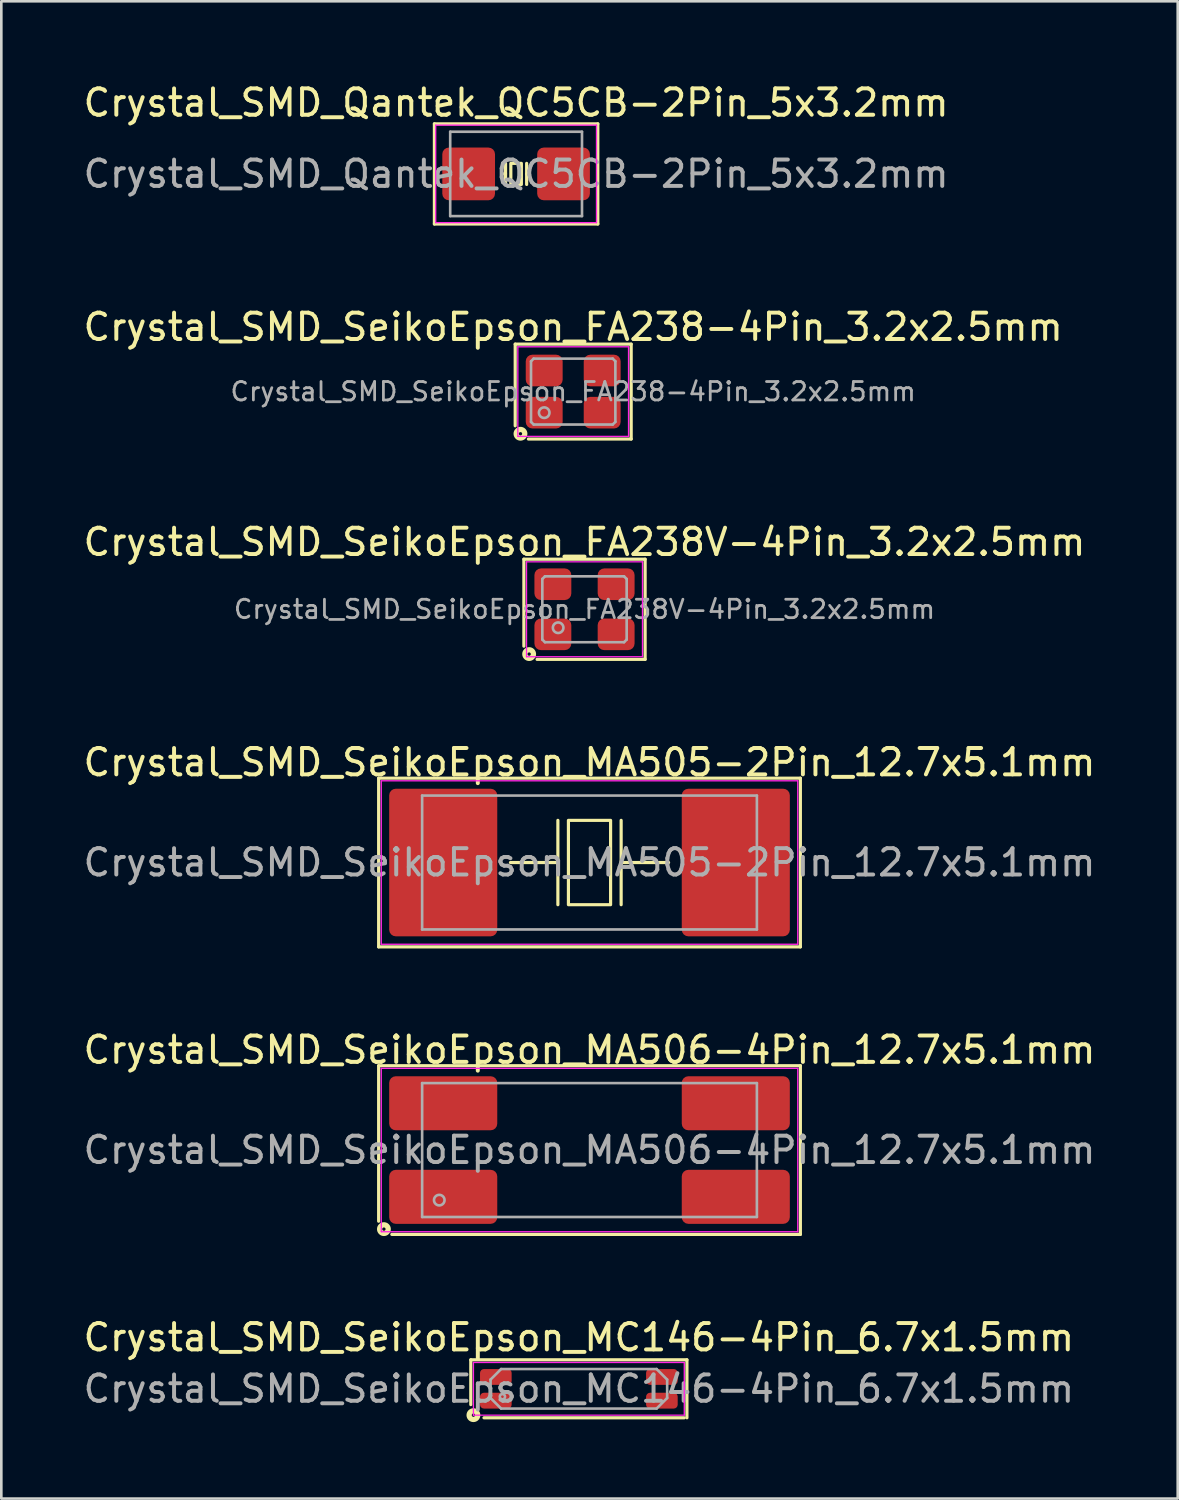
<source format=kicad_pcb>
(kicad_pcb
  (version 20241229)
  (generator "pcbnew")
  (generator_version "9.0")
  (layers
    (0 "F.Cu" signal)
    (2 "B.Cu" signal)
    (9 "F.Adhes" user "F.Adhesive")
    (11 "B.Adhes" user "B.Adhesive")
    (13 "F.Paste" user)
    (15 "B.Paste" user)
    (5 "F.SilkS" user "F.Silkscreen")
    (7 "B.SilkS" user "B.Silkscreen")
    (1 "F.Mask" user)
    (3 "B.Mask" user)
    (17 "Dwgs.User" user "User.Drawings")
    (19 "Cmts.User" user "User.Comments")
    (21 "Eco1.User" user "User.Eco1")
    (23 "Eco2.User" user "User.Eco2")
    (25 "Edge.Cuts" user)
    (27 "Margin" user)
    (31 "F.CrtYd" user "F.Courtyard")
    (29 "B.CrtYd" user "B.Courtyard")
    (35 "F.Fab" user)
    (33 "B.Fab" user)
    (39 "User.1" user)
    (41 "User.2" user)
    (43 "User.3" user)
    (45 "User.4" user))
  (footprint "Crystal_SMD_SeikoEpson_FA238V-4Pin_3.2x2.5mm"
    (layer "F.Cu")
    (at 19.125 20.065)
    (property "Reference" "Crystal_SMD_SeikoEpson_FA238V-4Pin_3.2x2.5mm" (at 0 -2.55 0) (layer "F.SilkS") (effects (font (size 1 1) (thickness 0.15))))
    (attr smd)
    (fp_line (start -2.3 -1.9) (end 2.3 -1.9) (stroke (width 0.12) (type solid)) (layer "F.SilkS"))
    (fp_line (start -2.3 1.4) (end -2.3 -1.9) (stroke (width 0.12) (type solid)) (layer "F.SilkS"))
    (fp_line (start 2.3 -1.9) (end 2.3 1.9) (stroke (width 0.12) (type solid)) (layer "F.SilkS"))
    (fp_line (start 2.3 1.9) (end -1.8 1.9) (stroke (width 0.12) (type solid)) (layer "F.SilkS"))
    (fp_circle (center -2.1 1.7) (end -2.037 1.7) (stroke (width 0.2) (type solid)) (fill no) (layer "F.SilkS"))
    (fp_line (start -2.2 -1.8) (end -2.2 1.8) (stroke (width 0.05) (type solid)) (layer "F.CrtYd"))
    (fp_line (start -2.2 1.8) (end 2.2 1.8) (stroke (width 0.05) (type solid)) (layer "F.CrtYd"))
    (fp_line (start 2.2 -1.8) (end -2.2 -1.8) (stroke (width 0.05) (type solid)) (layer "F.CrtYd"))
    (fp_line (start 2.2 1.8) (end 2.2 -1.8) (stroke (width 0.05) (type solid)) (layer "F.CrtYd"))
    (fp_line (start -1.6 -1.15) (end -1.5 -1.25) (stroke (width 0.1) (type solid)) (layer "F.Fab"))
    (fp_line (start -1.6 1.15) (end -1.6 -1.15) (stroke (width 0.1) (type solid)) (layer "F.Fab"))
    (fp_line (start -1.5 -1.25) (end 1.5 -1.25) (stroke (width 0.1) (type solid)) (layer "F.Fab"))
    (fp_line (start -1.5 1.25) (end -1.6 1.15) (stroke (width 0.1) (type solid)) (layer "F.Fab"))
    (fp_line (start 1.5 -1.25) (end 1.6 -1.15) (stroke (width 0.1) (type solid)) (layer "F.Fab"))
    (fp_line (start 1.5 1.25) (end -1.5 1.25) (stroke (width 0.1) (type solid)) (layer "F.Fab"))
    (fp_line (start 1.6 -1.15) (end 1.6 1.15) (stroke (width 0.1) (type solid)) (layer "F.Fab"))
    (fp_line (start 1.6 1.15) (end 1.5 1.25) (stroke (width 0.1) (type solid)) (layer "F.Fab"))
    (fp_circle (center -1 0.7) (end -0.8 0.7) (stroke (width 0.1) (type solid)) (fill no) (layer "F.Fab"))
    (fp_text user "${REFERENCE}" (at 0 0 0) (layer "F.Fab") (effects (font (size 0.7 0.7) (thickness 0.105))))
    (pad "1" smd roundrect (at -1.2 0.95) (size 1.4 1.2) (layers "F.Cu" "F.Mask" "F.Paste") (roundrect_rratio 0.208))
    (pad "2" smd roundrect (at 1.2 0.95) (size 1.4 1.2) (layers "F.Cu" "F.Mask" "F.Paste") (roundrect_rratio 0.208))
    (pad "3" smd roundrect (at 1.2 -0.95) (size 1.4 1.2) (layers "F.Cu" "F.Mask" "F.Paste") (roundrect_rratio 0.208))
    (pad "4" smd roundrect (at -1.2 -0.95) (size 1.4 1.2) (layers "F.Cu" "F.Mask" "F.Paste") (roundrect_rratio 0.208)))
  (footprint "Crystal_SMD_Qantek_QC5CB-2Pin_5x3.2mm"
    (layer "F.Cu")
    (at 16.53 3.548)
    (property "Reference" "Crystal_SMD_Qantek_QC5CB-2Pin_5x3.2mm" (at 0 -2.7 0) (layer "F.SilkS") (effects (font (size 1 1) (thickness 0.15))))
    (attr smd)
    (fp_line (start -3.1 -1.9) (end -3.1 1.9) (stroke (width 0.12) (type solid)) (layer "F.SilkS"))
    (fp_line (start -3.1 1.9) (end 3.1 1.9) (stroke (width 0.12) (type solid)) (layer "F.SilkS"))
    (fp_line (start -0.4 -0.4) (end -0.4 0.4) (stroke (width 0.12) (type solid)) (layer "F.SilkS"))
    (fp_line (start -0.4 0) (end -0.5 0) (stroke (width 0.12) (type solid)) (layer "F.SilkS"))
    (fp_line (start 0.4 -0.4) (end 0.4 0.4) (stroke (width 0.12) (type solid)) (layer "F.SilkS"))
    (fp_line (start 0.4 0) (end 0.5 0) (stroke (width 0.12) (type solid)) (layer "F.SilkS"))
    (fp_line (start 3.1 -1.9) (end -3.1 -1.9) (stroke (width 0.12) (type solid)) (layer "F.SilkS"))
    (fp_line (start 3.1 1.9) (end 3.1 -1.9) (stroke (width 0.12) (type solid)) (layer "F.SilkS"))
    (fp_rect (start -0.2 -0.4) (end 0.2 0.4) (stroke (width 0.12) (type solid)) (fill no) (layer "F.SilkS"))
    (fp_line (start -3.05 -1.85) (end -3.05 1.85) (stroke (width 0.05) (type solid)) (layer "F.CrtYd"))
    (fp_line (start -3.05 -1.85) (end 3.05 -1.85) (stroke (width 0.05) (type solid)) (layer "F.CrtYd"))
    (fp_line (start -3.05 1.85) (end 3.05 1.85) (stroke (width 0.05) (type solid)) (layer "F.CrtYd"))
    (fp_line (start 3.05 -1.85) (end 3.05 1.85) (stroke (width 0.05) (type solid)) (layer "F.CrtYd"))
    (fp_line (start -2.5 -1.6) (end -2.5 1.6) (stroke (width 0.1) (type solid)) (layer "F.Fab"))
    (fp_line (start -2.5 -1.6) (end 2.5 -1.6) (stroke (width 0.1) (type solid)) (layer "F.Fab"))
    (fp_line (start -2.5 1.6) (end 2.5 1.6) (stroke (width 0.1) (type solid)) (layer "F.Fab"))
    (fp_line (start 2.5 -1.6) (end 2.5 1.6) (stroke (width 0.1) (type solid)) (layer "F.Fab"))
    (fp_text user "${REFERENCE}" (at 0 0 0) (layer "F.Fab") (effects (font (size 1 1) (thickness 0.15))))
    (pad "1" smd roundrect (at -1.8 0) (size 2 2) (layers "F.Cu" "F.Mask" "F.Paste") (roundrect_rratio 0.125))
    (pad "2" smd roundrect (at 1.8 0) (size 2 2) (layers "F.Cu" "F.Mask" "F.Paste") (roundrect_rratio 0.125)))
  (footprint "Crystal_SMD_SeikoEpson_MA505-2Pin_12.7x5.1mm"
    (layer "F.Cu")
    (at 19.315 29.673)
    (property "Reference" "Crystal_SMD_SeikoEpson_MA505-2Pin_12.7x5.1mm" (at 0 -3.8 0) (layer "F.SilkS") (effects (font (size 1 1) (thickness 0.15))))
    (attr smd)
    (fp_line (start -8 -3.2) (end -8 3.2) (stroke (width 0.12) (type solid)) (layer "F.SilkS"))
    (fp_line (start -8 3.2) (end 8 3.2) (stroke (width 0.12) (type solid)) (layer "F.SilkS"))
    (fp_line (start -1.2 -1.6) (end -1.2 1.6) (stroke (width 0.12) (type solid)) (layer "F.SilkS"))
    (fp_line (start -1.2 0) (end -3 0) (stroke (width 0.12) (type solid)) (layer "F.SilkS"))
    (fp_line (start 1.2 -1.6) (end 1.2 1.6) (stroke (width 0.12) (type solid)) (layer "F.SilkS"))
    (fp_line (start 1.2 0) (end 3 0) (stroke (width 0.12) (type solid)) (layer "F.SilkS"))
    (fp_line (start 8 -3.2) (end -8 -3.2) (stroke (width 0.12) (type solid)) (layer "F.SilkS"))
    (fp_line (start 8 3.2) (end 8 -3.2) (stroke (width 0.12) (type solid)) (layer "F.SilkS"))
    (fp_rect (start -0.8 -1.6) (end 0.8 1.6) (stroke (width 0.12) (type solid)) (fill no) (layer "F.SilkS"))
    (fp_line (start -7.9 -3.1) (end -7.9 3.1) (stroke (width 0.05) (type solid)) (layer "F.CrtYd"))
    (fp_line (start -7.9 3.1) (end 7.9 3.1) (stroke (width 0.05) (type solid)) (layer "F.CrtYd"))
    (fp_line (start 7.9 -3.1) (end -7.9 -3.1) (stroke (width 0.05) (type solid)) (layer "F.CrtYd"))
    (fp_line (start 7.9 3.1) (end 7.9 -3.1) (stroke (width 0.05) (type solid)) (layer "F.CrtYd"))
    (fp_line (start -6.35 -2.54) (end -6.35 2.54) (stroke (width 0.1) (type solid)) (layer "F.Fab"))
    (fp_line (start -6.35 2.54) (end 6.35 2.54) (stroke (width 0.1) (type solid)) (layer "F.Fab"))
    (fp_line (start 6.35 -2.54) (end -6.35 -2.54) (stroke (width 0.1) (type solid)) (layer "F.Fab"))
    (fp_line (start 6.35 2.54) (end 6.35 -2.54) (stroke (width 0.1) (type solid)) (layer "F.Fab"))
    (fp_text user "${REFERENCE}" (at 0 0 0) (layer "F.Fab") (effects (font (size 1 1) (thickness 0.15))))
    (pad "1" smd roundrect (at -5.55 0) (size 4.1 5.6) (layers "F.Cu" "F.Mask" "F.Paste") (roundrect_rratio 0.061))
    (pad "2" smd roundrect (at 5.55 0) (size 4.1 5.6) (layers "F.Cu" "F.Mask" "F.Paste") (roundrect_rratio 0.061)))
  (footprint "Crystal_SMD_SeikoEpson_MC146-4Pin_6.7x1.5mm"
    (layer "F.Cu")
    (at 18.911 49.639)
    (property "Reference" "Crystal_SMD_SeikoEpson_MC146-4Pin_6.7x1.5mm" (at 0 -1.95 0) (layer "F.SilkS") (effects (font (size 1 1) (thickness 0.15))))
    (attr smd)
    (fp_line (start -4.1 -1.1) (end -4.1 0.6) (stroke (width 0.12) (type solid)) (layer "F.SilkS"))
    (fp_line (start -4.1 -1.1) (end 4.1 -1.1) (stroke (width 0.12) (type solid)) (layer "F.SilkS"))
    (fp_line (start 4 1.1) (end -3.6 1.1) (stroke (width 0.12) (type solid)) (layer "F.SilkS"))
    (fp_line (start 4.1 -1.1) (end 4.1 1.1) (stroke (width 0.12) (type solid)) (layer "F.SilkS"))
    (fp_circle (center -4 1) (end -3.937 1) (stroke (width 0.2) (type solid)) (fill no) (layer "F.SilkS"))
    (fp_line (start -4 -1) (end -4 1) (stroke (width 0.05) (type solid)) (layer "F.CrtYd"))
    (fp_line (start -4 1) (end 4 1) (stroke (width 0.05) (type solid)) (layer "F.CrtYd"))
    (fp_line (start 4 -1) (end -4 -1) (stroke (width 0.05) (type solid)) (layer "F.CrtYd"))
    (fp_line (start 4 1) (end 4 -1) (stroke (width 0.05) (type solid)) (layer "F.CrtYd"))
    (fp_line (start -3.35 -0.35) (end -2.95 -0.75) (stroke (width 0.1) (type solid)) (layer "F.Fab"))
    (fp_line (start -3.35 0.35) (end -3.35 -0.35) (stroke (width 0.1) (type solid)) (layer "F.Fab"))
    (fp_line (start -2.95 -0.75) (end 2.95 -0.75) (stroke (width 0.1) (type solid)) (layer "F.Fab"))
    (fp_line (start -2.95 0.75) (end -3.35 0.35) (stroke (width 0.1) (type solid)) (layer "F.Fab"))
    (fp_line (start 2.95 -0.75) (end 3.35 -0.35) (stroke (width 0.1) (type solid)) (layer "F.Fab"))
    (fp_line (start 2.95 0.75) (end -2.95 0.75) (stroke (width 0.1) (type solid)) (layer "F.Fab"))
    (fp_line (start 3.35 -0.35) (end 3.35 0.35) (stroke (width 0.1) (type solid)) (layer "F.Fab"))
    (fp_line (start 3.35 0.35) (end 2.95 0.75) (stroke (width 0.1) (type solid)) (layer "F.Fab"))
    (fp_circle (center -2.9 0.3) (end -2.8 0.3) (stroke (width 0.1) (type solid)) (fill no) (layer "F.Fab"))
    (fp_text user "${REFERENCE}" (at 0 0 0) (layer "F.Fab") (effects (font (size 1 1) (thickness 0.15))))
    (pad "1" smd roundrect (at -3.15 0.45) (size 1.2 0.6) (layers "F.Cu" "F.Mask" "F.Paste") (roundrect_rratio 0.25))
    (pad "2" smd roundrect (at 3.15 0.45) (size 1.2 0.6) (layers "F.Cu" "F.Mask" "F.Paste") (roundrect_rratio 0.25))
    (pad "3" smd roundrect (at 3.15 -0.45) (size 1.2 0.6) (layers "F.Cu" "F.Mask" "F.Paste") (roundrect_rratio 0.25))
    (pad "4" smd roundrect (at -3.15 -0.45) (size 1.2 0.6) (layers "F.Cu" "F.Mask" "F.Paste") (roundrect_rratio 0.25)))
  (footprint "Crystal_SMD_SeikoEpson_MA506-4Pin_12.7x5.1mm"
    (layer "F.Cu")
    (at 19.315 40.581)
    (property "Reference" "Crystal_SMD_SeikoEpson_MA506-4Pin_12.7x5.1mm" (at 0 -3.8 0) (layer "F.SilkS") (effects (font (size 1 1) (thickness 0.15))))
    (attr smd)
    (fp_line (start -8 -3.2) (end -8 2.7) (stroke (width 0.12) (type solid)) (layer "F.SilkS"))
    (fp_line (start -8 -3.2) (end 8 -3.2) (stroke (width 0.12) (type solid)) (layer "F.SilkS"))
    (fp_line (start 8 -3.2) (end 8 3.2) (stroke (width 0.12) (type solid)) (layer "F.SilkS"))
    (fp_line (start 8 3.2) (end -7.5 3.2) (stroke (width 0.12) (type solid)) (layer "F.SilkS"))
    (fp_circle (center -7.8 3) (end -7.737 3) (stroke (width 0.2) (type solid)) (fill no) (layer "F.SilkS"))
    (fp_line (start -7.9 -3.1) (end -7.9 3.1) (stroke (width 0.05) (type solid)) (layer "F.CrtYd"))
    (fp_line (start -7.9 3.1) (end 7.9 3.1) (stroke (width 0.05) (type solid)) (layer "F.CrtYd"))
    (fp_line (start 7.9 -3.1) (end -7.9 -3.1) (stroke (width 0.05) (type solid)) (layer "F.CrtYd"))
    (fp_line (start 7.9 3.1) (end 7.9 -3.1) (stroke (width 0.05) (type solid)) (layer "F.CrtYd"))
    (fp_line (start -6.35 -2.54) (end -6.35 2.54) (stroke (width 0.1) (type solid)) (layer "F.Fab"))
    (fp_line (start -6.35 2.54) (end 6.35 2.54) (stroke (width 0.1) (type solid)) (layer "F.Fab"))
    (fp_line (start 6.35 -2.54) (end -6.35 -2.54) (stroke (width 0.1) (type solid)) (layer "F.Fab"))
    (fp_line (start 6.35 2.54) (end 6.35 -2.54) (stroke (width 0.1) (type solid)) (layer "F.Fab"))
    (fp_circle (center -5.7 1.9) (end -5.5 1.9) (stroke (width 0.1) (type solid)) (fill no) (layer "F.Fab"))
    (fp_text user "${REFERENCE}" (at 0 0 0) (layer "F.Fab") (effects (font (size 1 1) (thickness 0.15))))
    (pad "1" smd roundrect (at -5.55 1.775) (size 4.1 2.05) (layers "F.Cu" "F.Mask" "F.Paste") (roundrect_rratio 0.122))
    (pad "2" smd roundrect (at 5.55 1.775) (size 4.1 2.05) (layers "F.Cu" "F.Mask" "F.Paste") (roundrect_rratio 0.122))
    (pad "3" smd roundrect (at 5.55 -1.775) (size 4.1 2.05) (layers "F.Cu" "F.Mask" "F.Paste") (roundrect_rratio 0.122))
    (pad "4" smd roundrect (at -5.55 -1.775) (size 4.1 2.05) (layers "F.Cu" "F.Mask" "F.Paste") (roundrect_rratio 0.122)))
  (footprint "Crystal_SMD_SeikoEpson_FA238-4Pin_3.2x2.5mm"
    (layer "F.Cu")
    (at 18.696 11.806)
    (property "Reference" "Crystal_SMD_SeikoEpson_FA238-4Pin_3.2x2.5mm" (at 0 -2.45 0) (layer "F.SilkS") (effects (font (size 1 1) (thickness 0.15))))
    (attr smd)
    (fp_line (start -2.2 -1.8) (end -2.2 1.3) (stroke (width 0.12) (type solid)) (layer "F.SilkS"))
    (fp_line (start -2.2 -1.8) (end 2.2 -1.8) (stroke (width 0.12) (type solid)) (layer "F.SilkS"))
    (fp_line (start 2.2 -1.8) (end 2.2 1.8) (stroke (width 0.12) (type solid)) (layer "F.SilkS"))
    (fp_line (start 2.2 1.8) (end -1.7 1.8) (stroke (width 0.12) (type solid)) (layer "F.SilkS"))
    (fp_circle (center -2 1.6) (end -1.937 1.6) (stroke (width 0.2) (type solid)) (fill no) (layer "F.SilkS"))
    (fp_line (start -2.1 -1.7) (end -2.1 1.7) (stroke (width 0.05) (type solid)) (layer "F.CrtYd"))
    (fp_line (start -2.1 1.7) (end 2.1 1.7) (stroke (width 0.05) (type solid)) (layer "F.CrtYd"))
    (fp_line (start 2.1 -1.7) (end -2.1 -1.7) (stroke (width 0.05) (type solid)) (layer "F.CrtYd"))
    (fp_line (start 2.1 1.7) (end 2.1 -1.7) (stroke (width 0.05) (type solid)) (layer "F.CrtYd"))
    (fp_line (start -1.6 -1.15) (end -1.5 -1.25) (stroke (width 0.1) (type solid)) (layer "F.Fab"))
    (fp_line (start -1.6 1.15) (end -1.6 -1.15) (stroke (width 0.1) (type solid)) (layer "F.Fab"))
    (fp_line (start -1.5 -1.25) (end 1.5 -1.25) (stroke (width 0.1) (type solid)) (layer "F.Fab"))
    (fp_line (start -1.5 1.25) (end -1.6 1.15) (stroke (width 0.1) (type solid)) (layer "F.Fab"))
    (fp_line (start 1.5 -1.25) (end 1.6 -1.15) (stroke (width 0.1) (type solid)) (layer "F.Fab"))
    (fp_line (start 1.5 1.25) (end -1.5 1.25) (stroke (width 0.1) (type solid)) (layer "F.Fab"))
    (fp_line (start 1.6 -1.15) (end 1.6 1.15) (stroke (width 0.1) (type solid)) (layer "F.Fab"))
    (fp_line (start 1.6 1.15) (end 1.5 1.25) (stroke (width 0.1) (type solid)) (layer "F.Fab"))
    (fp_circle (center -1.1 0.8) (end -0.9 0.8) (stroke (width 0.1) (type solid)) (fill no) (layer "F.Fab"))
    (fp_text user "${REFERENCE}" (at 0 0 0) (layer "F.Fab") (effects (font (size 0.7 0.7) (thickness 0.105))))
    (pad "1" smd roundrect (at -1.1 0.8) (size 1.4 1.2) (layers "F.Cu" "F.Mask" "F.Paste") (roundrect_rratio 0.208))
    (pad "2" smd roundrect (at 1.1 0.8) (size 1.4 1.2) (layers "F.Cu" "F.Mask" "F.Paste") (roundrect_rratio 0.208))
    (pad "3" smd roundrect (at 1.1 -0.8) (size 1.4 1.2) (layers "F.Cu" "F.Mask" "F.Paste") (roundrect_rratio 0.208))
    (pad "4" smd roundrect (at -1.1 -0.8) (size 1.4 1.2) (layers "F.Cu" "F.Mask" "F.Paste") (roundrect_rratio 0.208)))
  (gr_rect
    (start -3 -3)
    (end 41.631 53.803)
    (stroke (width 0.1) (type default))
    (fill no)
    (layer "Edge.Cuts")))
</source>
